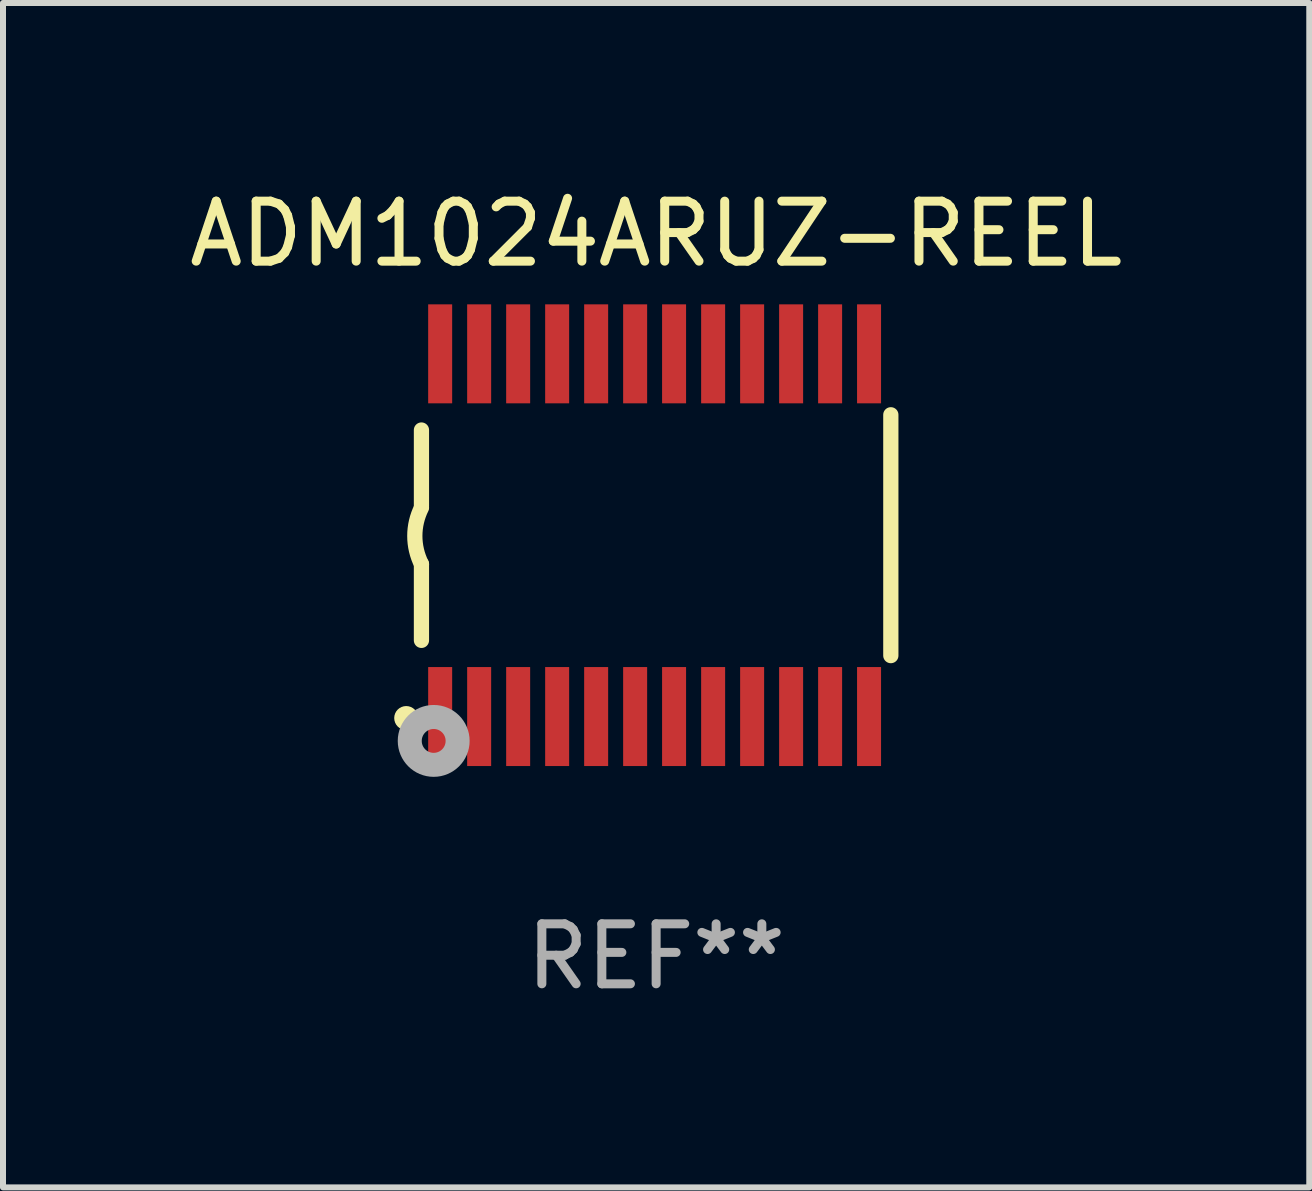
<source format=kicad_pcb>
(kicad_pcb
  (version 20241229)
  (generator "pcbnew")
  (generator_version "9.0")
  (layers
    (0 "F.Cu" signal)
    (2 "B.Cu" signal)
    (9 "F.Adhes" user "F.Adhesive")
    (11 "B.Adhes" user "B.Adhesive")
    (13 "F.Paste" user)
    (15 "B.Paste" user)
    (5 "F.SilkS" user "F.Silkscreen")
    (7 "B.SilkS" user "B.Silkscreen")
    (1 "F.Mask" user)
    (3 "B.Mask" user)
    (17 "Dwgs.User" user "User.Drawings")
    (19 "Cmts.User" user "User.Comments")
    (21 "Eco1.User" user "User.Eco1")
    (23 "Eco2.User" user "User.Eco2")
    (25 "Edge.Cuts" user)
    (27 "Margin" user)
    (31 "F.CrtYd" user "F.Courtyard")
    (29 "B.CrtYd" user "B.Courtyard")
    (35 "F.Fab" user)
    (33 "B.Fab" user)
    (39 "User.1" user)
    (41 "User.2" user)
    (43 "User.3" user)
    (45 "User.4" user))
  (footprint "ADM1024ARUZ-REEL"
    (layer "F.Cu")
    (at 7.887 5.871)
    (property "Reference" "ADM1024ARUZ-REEL" (at 0 -5.023 0) (layer "F.SilkS") (effects (font (size 1 1) (thickness 0.15))))
    (attr through_hole)
    (fp_line (start -3.912 -0.483) (end -3.912 -1.753) (stroke (width 0.254) (type solid)) (layer "F.SilkS"))
    (fp_line (start -3.912 1.753) (end -3.912 0.483) (stroke (width 0.254) (type solid)) (layer "F.SilkS"))
    (fp_line (start 3.912 -2.007) (end 3.912 2.007) (stroke (width 0.254) (type solid)) (layer "F.SilkS"))
    (fp_arc (start -3.911608 0.482601) (mid -4.022537 0.0127) (end -3.911608 -0.457201) (stroke (width 0.254001) (type solid)) (layer "F.SilkS"))
    (fp_circle (center -4.166 3.048) (end -4.066 3.048) (stroke (width 0.2) (type solid)) (fill no) (layer "F.SilkS"))
    (fp_circle (center -3.925 3.186) (end -3.895 3.186) (stroke (width 0.06) (type solid)) (fill no) (layer "F.SilkS"))
    (fp_circle (center -3.708 3.429) (end -3.509 3.429) (stroke (width 0.4) (type solid)) (fill no) (layer "F.Fab"))
    (fp_text user "REF**" (at 0 7.023 0) (layer "F.Fab") (effects (font (size 1 1) (thickness 0.15))))
    (pad "1" smd rect (at -3.6 3.023) (size 0.4 1.65) (layers "F.Cu" "F.Mask" "F.Paste"))
    (pad "2" smd rect (at -2.95 3.023) (size 0.4 1.65) (layers "F.Cu" "F.Mask" "F.Paste"))
    (pad "3" smd rect (at -2.3 3.023) (size 0.4 1.65) (layers "F.Cu" "F.Mask" "F.Paste"))
    (pad "4" smd rect (at -1.65 3.023) (size 0.4 1.65) (layers "F.Cu" "F.Mask" "F.Paste"))
    (pad "5" smd rect (at -1 3.023) (size 0.4 1.65) (layers "F.Cu" "F.Mask" "F.Paste"))
    (pad "6" smd rect (at -0.35 3.023) (size 0.4 1.65) (layers "F.Cu" "F.Mask" "F.Paste"))
    (pad "7" smd rect (at 0.299 3.023) (size 0.4 1.65) (layers "F.Cu" "F.Mask" "F.Paste"))
    (pad "8" smd rect (at 0.95 3.023) (size 0.4 1.65) (layers "F.Cu" "F.Mask" "F.Paste"))
    (pad "9" smd rect (at 1.6 3.023) (size 0.4 1.65) (layers "F.Cu" "F.Mask" "F.Paste"))
    (pad "10" smd rect (at 2.25 3.023) (size 0.4 1.65) (layers "F.Cu" "F.Mask" "F.Paste"))
    (pad "11" smd rect (at 2.9 3.023) (size 0.4 1.65) (layers "F.Cu" "F.Mask" "F.Paste"))
    (pad "12" smd rect (at 3.549 3.023) (size 0.4 1.65) (layers "F.Cu" "F.Mask" "F.Paste"))
    (pad "13" smd rect (at 3.549 -3.023) (size 0.4 1.65) (layers "F.Cu" "F.Mask" "F.Paste"))
    (pad "14" smd rect (at 2.9 -3.023) (size 0.4 1.65) (layers "F.Cu" "F.Mask" "F.Paste"))
    (pad "15" smd rect (at 2.25 -3.023) (size 0.4 1.65) (layers "F.Cu" "F.Mask" "F.Paste"))
    (pad "16" smd rect (at 1.6 -3.023) (size 0.4 1.65) (layers "F.Cu" "F.Mask" "F.Paste"))
    (pad "17" smd rect (at 0.95 -3.023) (size 0.4 1.65) (layers "F.Cu" "F.Mask" "F.Paste"))
    (pad "18" smd rect (at 0.299 -3.023) (size 0.4 1.65) (layers "F.Cu" "F.Mask" "F.Paste"))
    (pad "19" smd rect (at -0.35 -3.023) (size 0.4 1.65) (layers "F.Cu" "F.Mask" "F.Paste"))
    (pad "20" smd rect (at -1 -3.023) (size 0.4 1.65) (layers "F.Cu" "F.Mask" "F.Paste"))
    (pad "21" smd rect (at -1.65 -3.023) (size 0.4 1.65) (layers "F.Cu" "F.Mask" "F.Paste"))
    (pad "22" smd rect (at -2.3 -3.023) (size 0.4 1.65) (layers "F.Cu" "F.Mask" "F.Paste"))
    (pad "23" smd rect (at -2.95 -3.023) (size 0.4 1.65) (layers "F.Cu" "F.Mask" "F.Paste"))
    (pad "24" smd rect (at -3.6 -3.023) (size 0.4 1.65) (layers "F.Cu" "F.Mask" "F.Paste")))
  (gr_rect
    (start -3 -3)
    (end 18.774 16.742)
    (stroke (width 0.1) (type default))
    (fill no)
    (layer "Edge.Cuts")))
</source>
